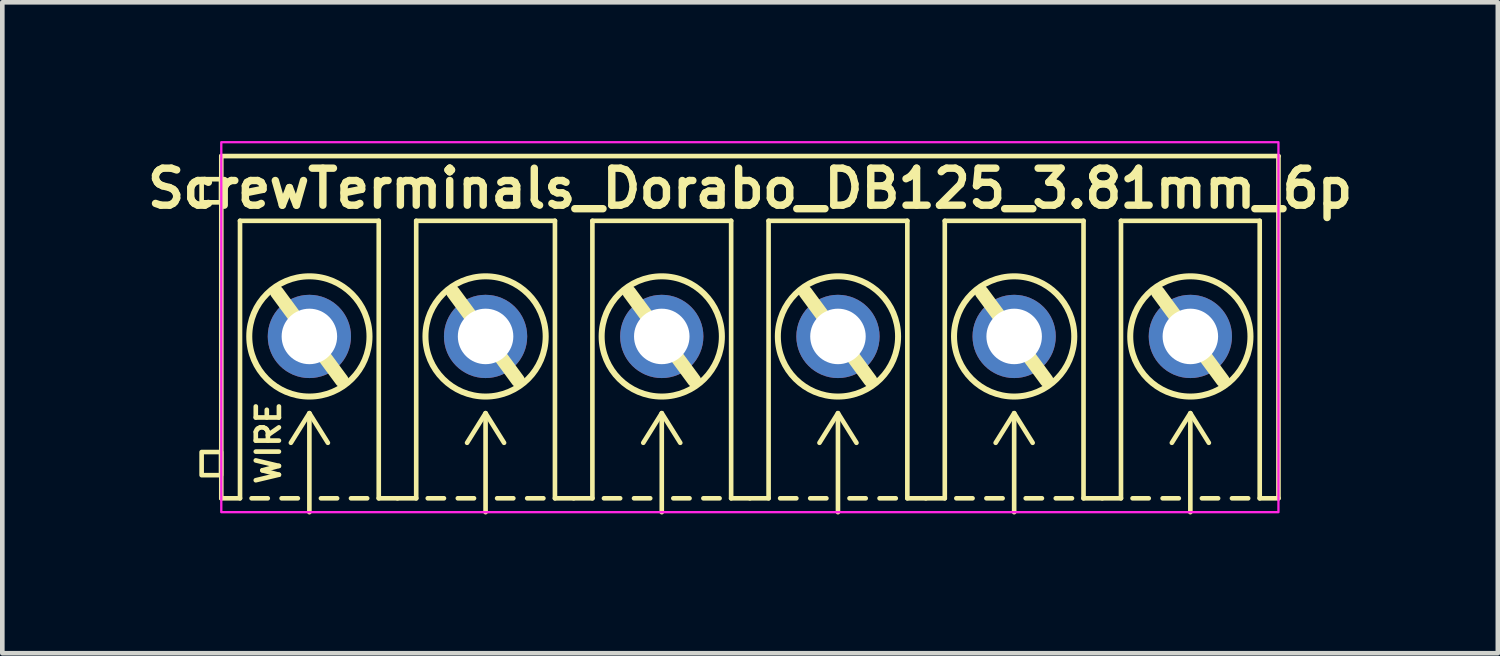
<source format=kicad_pcb>
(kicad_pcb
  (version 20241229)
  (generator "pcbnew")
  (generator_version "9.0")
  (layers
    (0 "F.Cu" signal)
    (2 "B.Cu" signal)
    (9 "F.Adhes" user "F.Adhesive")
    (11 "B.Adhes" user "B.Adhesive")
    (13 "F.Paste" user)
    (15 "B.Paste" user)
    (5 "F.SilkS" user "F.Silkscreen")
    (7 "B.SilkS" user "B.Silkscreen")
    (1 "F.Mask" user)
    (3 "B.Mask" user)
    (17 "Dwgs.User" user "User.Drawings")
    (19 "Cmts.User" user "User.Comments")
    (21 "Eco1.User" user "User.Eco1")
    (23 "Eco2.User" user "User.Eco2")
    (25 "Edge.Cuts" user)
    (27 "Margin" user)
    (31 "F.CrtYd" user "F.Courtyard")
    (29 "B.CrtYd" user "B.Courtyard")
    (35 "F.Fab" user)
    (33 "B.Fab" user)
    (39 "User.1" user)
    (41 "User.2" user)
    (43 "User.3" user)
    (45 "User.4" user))
  (footprint "ScrewTerminals_Dorabo_DB125_3.81mm_6p"
    (layer "F.Cu")
    (at 13.165 4.225)
    (property "Reference" "ScrewTerminals_Dorabo_DB125_3.81mm_6p" (at 0.005 -3.2 0) (unlocked yes) (layer "F.SilkS") (effects (font (size 0.8 0.8) (thickness 0.16) (bold yes))))
    (attr through_hole)
    (fp_line (start -11.43 -3.9) (end 11.43 -3.9) (stroke (width 0.1) (type solid)) (layer "F.SilkS"))
    (fp_line (start -11.43 3.5) (end -11.43 -3.9) (stroke (width 0.1) (type solid)) (layer "F.SilkS"))
    (fp_line (start -11.43 3.5) (end -11.025 3.5) (stroke (width 0.1) (type solid)) (layer "F.SilkS"))
    (fp_line (start -11.025 -2.5) (end -8.025 -2.5) (stroke (width 0.1) (type solid)) (layer "F.SilkS"))
    (fp_line (start -11.025 3.5) (end -11.025 -2.5) (stroke (width 0.1) (type solid)) (layer "F.SilkS"))
    (fp_line (start -10.425 3.5) (end -10.775 3.5) (stroke (width 0.1) (type default)) (layer "F.SilkS"))
    (fp_line (start -10.225 -0.95) (end -8.825 0.95) (stroke (width 0.3) (type default)) (layer "F.SilkS"))
    (fp_line (start -9.775 3.5) (end -10.125 3.5) (stroke (width 0.1) (type default)) (layer "F.SilkS"))
    (fp_line (start -9.525 1.659) (end -9.925 2.3) (stroke (width 0.1) (type default)) (layer "F.SilkS"))
    (fp_line (start -9.525 1.659) (end -9.125 2.3) (stroke (width 0.1) (type default)) (layer "F.SilkS"))
    (fp_line (start -9.525 3.8) (end -9.525 1.679) (stroke (width 0.1) (type default)) (layer "F.SilkS"))
    (fp_line (start -9.275 3.5) (end -8.925 3.5) (stroke (width 0.1) (type default)) (layer "F.SilkS"))
    (fp_line (start -8.625 3.5) (end -8.275 3.5) (stroke (width 0.1) (type default)) (layer "F.SilkS"))
    (fp_line (start -8.025 -2.5) (end -8.025 3.5) (stroke (width 0.1) (type solid)) (layer "F.SilkS"))
    (fp_line (start -8.025 3.5) (end -7.62 3.5) (stroke (width 0.1) (type default)) (layer "F.SilkS"))
    (fp_line (start -7.62 3.5) (end -7.215 3.5) (stroke (width 0.1) (type default)) (layer "F.SilkS"))
    (fp_line (start -7.215 -2.5) (end -4.215 -2.5) (stroke (width 0.1) (type solid)) (layer "F.SilkS"))
    (fp_line (start -7.215 3.5) (end -7.215 -2.5) (stroke (width 0.1) (type solid)) (layer "F.SilkS"))
    (fp_line (start -6.615 3.5) (end -6.965 3.5) (stroke (width 0.1) (type default)) (layer "F.SilkS"))
    (fp_line (start -6.415 -0.95) (end -5.015 0.95) (stroke (width 0.3) (type default)) (layer "F.SilkS"))
    (fp_line (start -5.965 3.5) (end -6.315 3.5) (stroke (width 0.1) (type default)) (layer "F.SilkS"))
    (fp_line (start -5.715 1.659) (end -6.115 2.3) (stroke (width 0.1) (type default)) (layer "F.SilkS"))
    (fp_line (start -5.715 1.659) (end -5.315 2.3) (stroke (width 0.1) (type default)) (layer "F.SilkS"))
    (fp_line (start -5.715 3.8) (end -5.715 1.679) (stroke (width 0.1) (type default)) (layer "F.SilkS"))
    (fp_line (start -5.465 3.5) (end -5.115 3.5) (stroke (width 0.1) (type default)) (layer "F.SilkS"))
    (fp_line (start -4.815 3.5) (end -4.465 3.5) (stroke (width 0.1) (type default)) (layer "F.SilkS"))
    (fp_line (start -4.215 -2.5) (end -4.215 3.5) (stroke (width 0.1) (type solid)) (layer "F.SilkS"))
    (fp_line (start -4.215 3.5) (end -3.81 3.5) (stroke (width 0.1) (type default)) (layer "F.SilkS"))
    (fp_line (start -3.81 3.5) (end -3.405 3.5) (stroke (width 0.1) (type default)) (layer "F.SilkS"))
    (fp_line (start -3.405 -2.5) (end -0.405 -2.5) (stroke (width 0.1) (type solid)) (layer "F.SilkS"))
    (fp_line (start -3.405 3.5) (end -3.405 -2.5) (stroke (width 0.1) (type solid)) (layer "F.SilkS"))
    (fp_line (start -2.805 3.5) (end -3.155 3.5) (stroke (width 0.1) (type default)) (layer "F.SilkS"))
    (fp_line (start -2.605 -0.95) (end -1.205 0.95) (stroke (width 0.3) (type default)) (layer "F.SilkS"))
    (fp_line (start -2.155 3.5) (end -2.505 3.5) (stroke (width 0.1) (type default)) (layer "F.SilkS"))
    (fp_line (start -1.905 1.659) (end -2.305 2.3) (stroke (width 0.1) (type default)) (layer "F.SilkS"))
    (fp_line (start -1.905 1.659) (end -1.505 2.3) (stroke (width 0.1) (type default)) (layer "F.SilkS"))
    (fp_line (start -1.905 3.8) (end -1.905 1.679) (stroke (width 0.1) (type default)) (layer "F.SilkS"))
    (fp_line (start -1.655 3.5) (end -1.305 3.5) (stroke (width 0.1) (type default)) (layer "F.SilkS"))
    (fp_line (start -1.005 3.5) (end -0.655 3.5) (stroke (width 0.1) (type default)) (layer "F.SilkS"))
    (fp_line (start -0.405 -2.5) (end -0.405 3.5) (stroke (width 0.1) (type solid)) (layer "F.SilkS"))
    (fp_line (start -0.405 3.5) (end 0 3.5) (stroke (width 0.1) (type default)) (layer "F.SilkS"))
    (fp_line (start 0 3.5) (end 0.405 3.5) (stroke (width 0.1) (type default)) (layer "F.SilkS"))
    (fp_line (start 0.405 -2.5) (end 3.405 -2.5) (stroke (width 0.1) (type solid)) (layer "F.SilkS"))
    (fp_line (start 0.405 3.5) (end 0.405 -2.5) (stroke (width 0.1) (type solid)) (layer "F.SilkS"))
    (fp_line (start 1.005 3.5) (end 0.655 3.5) (stroke (width 0.1) (type default)) (layer "F.SilkS"))
    (fp_line (start 1.205 -0.95) (end 2.605 0.95) (stroke (width 0.3) (type default)) (layer "F.SilkS"))
    (fp_line (start 1.655 3.5) (end 1.305 3.5) (stroke (width 0.1) (type default)) (layer "F.SilkS"))
    (fp_line (start 1.905 1.659) (end 1.505 2.3) (stroke (width 0.1) (type default)) (layer "F.SilkS"))
    (fp_line (start 1.905 1.659) (end 2.305 2.3) (stroke (width 0.1) (type default)) (layer "F.SilkS"))
    (fp_line (start 1.905 3.8) (end 1.905 1.679) (stroke (width 0.1) (type default)) (layer "F.SilkS"))
    (fp_line (start 2.155 3.5) (end 2.505 3.5) (stroke (width 0.1) (type default)) (layer "F.SilkS"))
    (fp_line (start 2.805 3.5) (end 3.155 3.5) (stroke (width 0.1) (type default)) (layer "F.SilkS"))
    (fp_line (start 3.405 -2.5) (end 3.405 3.5) (stroke (width 0.1) (type solid)) (layer "F.SilkS"))
    (fp_line (start 3.405 3.5) (end 3.805 3.5) (stroke (width 0.1) (type solid)) (layer "F.SilkS"))
    (fp_line (start 3.805 3.5) (end 4.215 3.5) (stroke (width 0.1) (type solid)) (layer "F.SilkS"))
    (fp_line (start 4.215 -2.5) (end 7.215 -2.5) (stroke (width 0.1) (type solid)) (layer "F.SilkS"))
    (fp_line (start 4.215 3.5) (end 4.215 -2.5) (stroke (width 0.1) (type solid)) (layer "F.SilkS"))
    (fp_line (start 4.815 3.5) (end 4.465 3.5) (stroke (width 0.1) (type default)) (layer "F.SilkS"))
    (fp_line (start 5.015 -0.95) (end 6.415 0.95) (stroke (width 0.3) (type default)) (layer "F.SilkS"))
    (fp_line (start 5.465 3.5) (end 5.115 3.5) (stroke (width 0.1) (type default)) (layer "F.SilkS"))
    (fp_line (start 5.715 1.659) (end 5.315 2.3) (stroke (width 0.1) (type default)) (layer "F.SilkS"))
    (fp_line (start 5.715 1.659) (end 6.115 2.3) (stroke (width 0.1) (type default)) (layer "F.SilkS"))
    (fp_line (start 5.715 3.8) (end 5.715 1.679) (stroke (width 0.1) (type default)) (layer "F.SilkS"))
    (fp_line (start 5.965 3.5) (end 6.315 3.5) (stroke (width 0.1) (type default)) (layer "F.SilkS"))
    (fp_line (start 6.615 3.5) (end 6.965 3.5) (stroke (width 0.1) (type default)) (layer "F.SilkS"))
    (fp_line (start 7.215 -2.5) (end 7.215 3.5) (stroke (width 0.1) (type solid)) (layer "F.SilkS"))
    (fp_line (start 7.215 3.5) (end 7.62 3.5) (stroke (width 0.1) (type default)) (layer "F.SilkS"))
    (fp_line (start 7.62 3.5) (end 8.025 3.5) (stroke (width 0.1) (type default)) (layer "F.SilkS"))
    (fp_line (start 8.025 -2.5) (end 11.025 -2.5) (stroke (width 0.1) (type solid)) (layer "F.SilkS"))
    (fp_line (start 8.025 3.5) (end 8.025 -2.5) (stroke (width 0.1) (type solid)) (layer "F.SilkS"))
    (fp_line (start 8.625 3.5) (end 8.275 3.5) (stroke (width 0.1) (type default)) (layer "F.SilkS"))
    (fp_line (start 8.825 -0.95) (end 10.225 0.95) (stroke (width 0.3) (type default)) (layer "F.SilkS"))
    (fp_line (start 9.275 3.5) (end 8.925 3.5) (stroke (width 0.1) (type default)) (layer "F.SilkS"))
    (fp_line (start 9.525 1.659) (end 9.125 2.3) (stroke (width 0.1) (type default)) (layer "F.SilkS"))
    (fp_line (start 9.525 1.659) (end 9.925 2.3) (stroke (width 0.1) (type default)) (layer "F.SilkS"))
    (fp_line (start 9.525 3.8) (end 9.525 1.679) (stroke (width 0.1) (type default)) (layer "F.SilkS"))
    (fp_line (start 9.775 3.5) (end 10.125 3.5) (stroke (width 0.1) (type default)) (layer "F.SilkS"))
    (fp_line (start 10.425 3.5) (end 10.775 3.5) (stroke (width 0.1) (type default)) (layer "F.SilkS"))
    (fp_line (start 11.025 -2.5) (end 11.025 3.5) (stroke (width 0.1) (type solid)) (layer "F.SilkS"))
    (fp_line (start 11.025 3.5) (end 11.43 3.5) (stroke (width 0.1) (type solid)) (layer "F.SilkS"))
    (fp_line (start 11.43 3.5) (end 11.43 -3.9) (stroke (width 0.1) (type solid)) (layer "F.SilkS"))
    (fp_rect (start -11.855 -2.9) (end -11.435 -3.4) (stroke (width 0.1) (type solid)) (fill no) (layer "F.SilkS"))
    (fp_rect (start -11.855 3) (end -11.435 2.5) (stroke (width 0.1) (type solid)) (fill no) (layer "F.SilkS"))
    (fp_circle (center -9.525 0) (end -8.225 0) (stroke (width 0.13) (type default)) (fill no) (layer "F.SilkS"))
    (fp_circle (center -5.715 0) (end -4.415 0) (stroke (width 0.13) (type default)) (fill no) (layer "F.SilkS"))
    (fp_circle (center -1.905 0) (end -0.605 0) (stroke (width 0.13) (type default)) (fill no) (layer "F.SilkS"))
    (fp_circle (center 1.905 0) (end 3.205 0) (stroke (width 0.13) (type default)) (fill no) (layer "F.SilkS"))
    (fp_circle (center 5.715 0) (end 7.015 0) (stroke (width 0.13) (type default)) (fill no) (layer "F.SilkS"))
    (fp_circle (center 9.525 0) (end 10.825 0) (stroke (width 0.13) (type default)) (fill no) (layer "F.SilkS"))
    (fp_rect (start -11.43 -4.2) (end 11.43 3.8) (stroke (width 0.05) (type solid)) (fill no) (layer "F.CrtYd"))
    (fp_text user "WIRE" (at -10.41 2.3 90) (unlocked yes) (layer "F.SilkS") (effects (font (size 0.5 0.5) (thickness 0.1) (bold yes))))
    (pad "1" thru_hole circle (at -9.525 0) (size 1.8 1.8) (drill 1.2) (layers "*.Cu" "*.Mask"))
    (pad "2" thru_hole circle (at -5.715 0 180) (size 1.8 1.8) (drill 1.2) (layers "*.Cu" "*.Mask"))
    (pad "3" thru_hole circle (at -1.905 0 180) (size 1.8 1.8) (drill 1.2) (layers "*.Cu" "*.Mask"))
    (pad "4" thru_hole circle (at 1.905 0 180) (size 1.8 1.8) (drill 1.2) (layers "*.Cu" "*.Mask"))
    (pad "5" thru_hole circle (at 5.715 0) (size 1.8 1.8) (drill 1.2) (layers "*.Cu" "*.Mask"))
    (pad "6" thru_hole circle (at 9.525 0 180) (size 1.8 1.8) (drill 1.2) (layers "*.Cu" "*.Mask")))
  (gr_rect
    (start -3 -3)
    (end 29.339 11.075)
    (stroke (width 0.1) (type default))
    (fill no)
    (layer "Edge.Cuts")))
</source>
